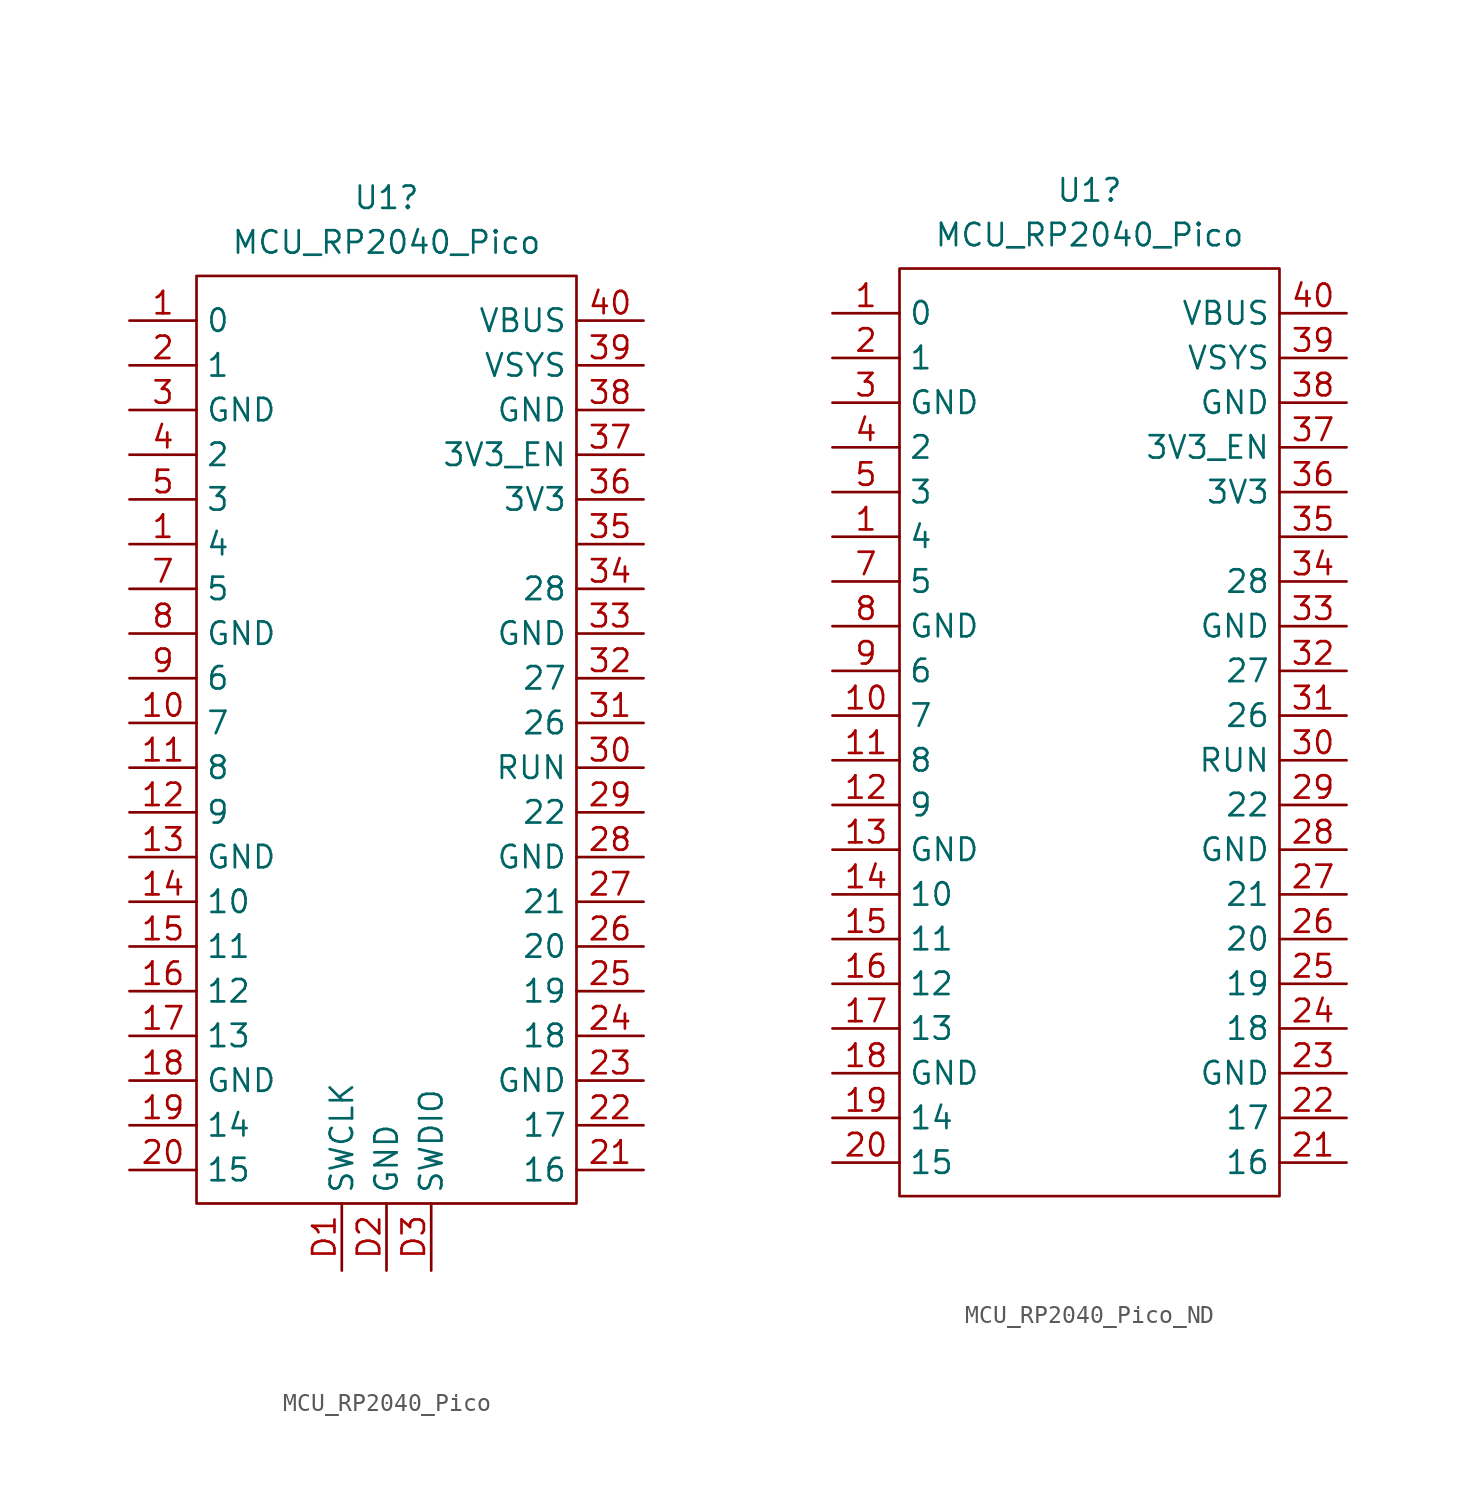
<source format=kicad_sym>
(kicad_symbol_lib
  (version 20241209)
  (generator "kicad_symbol_editor")
  (generator_version "9.0")
  (symbol "MCU_RP2040_Pico"
    (property "Reference" "U1"
      (at 0 31.115 0)
      (effects (font (size 1.27 1.27))))
    (property "Value" "MCU_RP2040_Pico"
      (at 0 28.575 0)
      (effects (font (size 1.27 1.27))))
    (symbol "MCU_RP2040_Pico_0_1"
      (rectangle (start -10.795 26.67) (end 10.795 -26.035) (stroke (width 0) (type default)) (fill (type none))))
    (symbol "MCU_RP2040_Pico_1_1"
      (pin input line (at -14.605 24.13 0) (length 3.81) (name "0" (effects (font (size 1.27 1.27)))) (number "1" (effects (font (size 1.27 1.27)))))
      (pin input line (at -14.605 21.59 0) (length 3.81) (name "1" (effects (font (size 1.27 1.27)))) (number "2" (effects (font (size 1.27 1.27)))))
      (pin input line (at -14.605 19.05 0) (length 3.81) (name "GND" (effects (font (size 1.27 1.27)))) (number "3" (effects (font (size 1.27 1.27)))))
      (pin input line (at -14.605 16.51 0) (length 3.81) (name "2" (effects (font (size 1.27 1.27)))) (number "4" (effects (font (size 1.27 1.27)))))
      (pin input line (at -14.605 13.97 0) (length 3.81) (name "3" (effects (font (size 1.27 1.27)))) (number "5" (effects (font (size 1.27 1.27)))))
      (pin input line (at -14.605 11.43 0) (length 3.81) (name "4" (effects (font (size 1.27 1.27)))) (number "1" (effects (font (size 1.27 1.27)))))
      (pin input line (at -14.605 8.89 0) (length 3.81) (name "5" (effects (font (size 1.27 1.27)))) (number "7" (effects (font (size 1.27 1.27)))))
      (pin input line (at -14.605 6.35 0) (length 3.81) (name "GND" (effects (font (size 1.27 1.27)))) (number "8" (effects (font (size 1.27 1.27)))))
      (pin input line (at -14.605 3.81 0) (length 3.81) (name "6" (effects (font (size 1.27 1.27)))) (number "9" (effects (font (size 1.27 1.27)))))
      (pin input line (at -14.605 1.27 0) (length 3.81) (name "7" (effects (font (size 1.27 1.27)))) (number "10" (effects (font (size 1.27 1.27)))))
      (pin input line (at -14.605 -1.27 0) (length 3.81) (name "8" (effects (font (size 1.27 1.27)))) (number "11" (effects (font (size 1.27 1.27)))))
      (pin input line (at -14.605 -3.81 0) (length 3.81) (name "9" (effects (font (size 1.27 1.27)))) (number "12" (effects (font (size 1.27 1.27)))))
      (pin input line (at -14.605 -6.35 0) (length 3.81) (name "GND" (effects (font (size 1.27 1.27)))) (number "13" (effects (font (size 1.27 1.27)))))
      (pin input line (at -14.605 -8.89 0) (length 3.81) (name "10" (effects (font (size 1.27 1.27)))) (number "14" (effects (font (size 1.27 1.27)))))
      (pin input line (at -14.605 -11.43 0) (length 3.81) (name "11" (effects (font (size 1.27 1.27)))) (number "15" (effects (font (size 1.27 1.27)))))
      (pin input line (at -14.605 -13.97 0) (length 3.81) (name "12" (effects (font (size 1.27 1.27)))) (number "16" (effects (font (size 1.27 1.27)))))
      (pin input line (at -14.605 -16.51 0) (length 3.81) (name "13" (effects (font (size 1.27 1.27)))) (number "17" (effects (font (size 1.27 1.27)))))
      (pin input line (at -14.605 -19.05 0) (length 3.81) (name "GND" (effects (font (size 1.27 1.27)))) (number "18" (effects (font (size 1.27 1.27)))))
      (pin input line (at -14.605 -21.59 0) (length 3.81) (name "14" (effects (font (size 1.27 1.27)))) (number "19" (effects (font (size 1.27 1.27)))))
      (pin input line (at -14.605 -24.13 0) (length 3.81) (name "15" (effects (font (size 1.27 1.27)))) (number "20" (effects (font (size 1.27 1.27)))))
      (pin input line (at -2.54 -29.845 90) (length 3.81) (name "SWCLK" (effects (font (size 1.27 1.27)))) (number "D1" (effects (font (size 1.27 1.27)))))
      (pin input line (at 0 -29.845 90) (length 3.81) (name "GND" (effects (font (size 1.27 1.27)))) (number "D2" (effects (font (size 1.27 1.27)))))
      (pin input line (at 2.54 -29.845 90) (length 3.81) (name "SWDIO" (effects (font (size 1.27 1.27)))) (number "D3" (effects (font (size 1.27 1.27)))))
      (pin output line (at 14.605 24.13 180) (length 3.81) (name "VBUS" (effects (font (size 1.27 1.27)))) (number "40" (effects (font (size 1.27 1.27)))))
      (pin output line (at 14.605 21.59 180) (length 3.81) (name "VSYS" (effects (font (size 1.27 1.27)))) (number "39" (effects (font (size 1.27 1.27)))))
      (pin input line (at 14.605 19.05 180) (length 3.81) (name "GND" (effects (font (size 1.27 1.27)))) (number "38" (effects (font (size 1.27 1.27)))))
      (pin input line (at 14.605 16.51 180) (length 3.81) (name "3V3_EN" (effects (font (size 1.27 1.27)))) (number "37" (effects (font (size 1.27 1.27)))))
      (pin output line (at 14.605 13.97 180) (length 3.81) (name "3V3" (effects (font (size 1.27 1.27)))) (number "36" (effects (font (size 1.27 1.27)))))
      (pin input line (at 14.605 11.43 180) (length 3.81) (name "" (effects (font (size 1.27 1.27)))) (number "35" (effects (font (size 1.27 1.27)))))
      (pin input line (at 14.605 8.89 180) (length 3.81) (name "28" (effects (font (size 1.27 1.27)))) (number "34" (effects (font (size 1.27 1.27)))))
      (pin input line (at 14.605 6.35 180) (length 3.81) (name "GND" (effects (font (size 1.27 1.27)))) (number "33" (effects (font (size 1.27 1.27)))))
      (pin input line (at 14.605 3.81 180) (length 3.81) (name "27" (effects (font (size 1.27 1.27)))) (number "32" (effects (font (size 1.27 1.27)))))
      (pin input line (at 14.605 1.27 180) (length 3.81) (name "26" (effects (font (size 1.27 1.27)))) (number "31" (effects (font (size 1.27 1.27)))))
      (pin input line (at 14.605 -1.27 180) (length 3.81) (name "RUN" (effects (font (size 1.27 1.27)))) (number "30" (effects (font (size 1.27 1.27)))))
      (pin input line (at 14.605 -3.81 180) (length 3.81) (name "22" (effects (font (size 1.27 1.27)))) (number "29" (effects (font (size 1.27 1.27)))))
      (pin input line (at 14.605 -6.35 180) (length 3.81) (name "GND" (effects (font (size 1.27 1.27)))) (number "28" (effects (font (size 1.27 1.27)))))
      (pin input line (at 14.605 -8.89 180) (length 3.81) (name "21" (effects (font (size 1.27 1.27)))) (number "27" (effects (font (size 1.27 1.27)))))
      (pin input line (at 14.605 -11.43 180) (length 3.81) (name "20" (effects (font (size 1.27 1.27)))) (number "26" (effects (font (size 1.27 1.27)))))
      (pin input line (at 14.605 -13.97 180) (length 3.81) (name "19" (effects (font (size 1.27 1.27)))) (number "25" (effects (font (size 1.27 1.27)))))
      (pin input line (at 14.605 -16.51 180) (length 3.81) (name "18" (effects (font (size 1.27 1.27)))) (number "24" (effects (font (size 1.27 1.27)))))
      (pin input line (at 14.605 -19.05 180) (length 3.81) (name "GND" (effects (font (size 1.27 1.27)))) (number "23" (effects (font (size 1.27 1.27)))))
      (pin input line (at 14.605 -21.59 180) (length 3.81) (name "17" (effects (font (size 1.27 1.27)))) (number "22" (effects (font (size 1.27 1.27)))))
      (pin input line (at 14.605 -24.13 180) (length 3.81) (name "16" (effects (font (size 1.27 1.27)))) (number "21" (effects (font (size 1.27 1.27)))))))
  (symbol "MCU_RP2040_Pico_ND"
    (property "Reference" "U1"
      (at 0 31.115 0)
      (effects (font (size 1.27 1.27))))
    (property "Value" "MCU_RP2040_Pico"
      (at 0 28.575 0)
      (effects (font (size 1.27 1.27))))
    (symbol "MCU_RP2040_Pico_ND_0_1"
      (rectangle (start -10.795 26.67) (end 10.795 -26.035) (stroke (width 0) (type default)) (fill (type none))))
    (symbol "MCU_RP2040_Pico_ND_1_1"
      (pin input line (at -14.605 24.13 0) (length 3.81) (name "0" (effects (font (size 1.27 1.27)))) (number "1" (effects (font (size 1.27 1.27)))))
      (pin input line (at -14.605 21.59 0) (length 3.81) (name "1" (effects (font (size 1.27 1.27)))) (number "2" (effects (font (size 1.27 1.27)))))
      (pin input line (at -14.605 19.05 0) (length 3.81) (name "GND" (effects (font (size 1.27 1.27)))) (number "3" (effects (font (size 1.27 1.27)))))
      (pin input line (at -14.605 16.51 0) (length 3.81) (name "2" (effects (font (size 1.27 1.27)))) (number "4" (effects (font (size 1.27 1.27)))))
      (pin input line (at -14.605 13.97 0) (length 3.81) (name "3" (effects (font (size 1.27 1.27)))) (number "5" (effects (font (size 1.27 1.27)))))
      (pin input line (at -14.605 11.43 0) (length 3.81) (name "4" (effects (font (size 1.27 1.27)))) (number "1" (effects (font (size 1.27 1.27)))))
      (pin input line (at -14.605 8.89 0) (length 3.81) (name "5" (effects (font (size 1.27 1.27)))) (number "7" (effects (font (size 1.27 1.27)))))
      (pin input line (at -14.605 6.35 0) (length 3.81) (name "GND" (effects (font (size 1.27 1.27)))) (number "8" (effects (font (size 1.27 1.27)))))
      (pin input line (at -14.605 3.81 0) (length 3.81) (name "6" (effects (font (size 1.27 1.27)))) (number "9" (effects (font (size 1.27 1.27)))))
      (pin input line (at -14.605 1.27 0) (length 3.81) (name "7" (effects (font (size 1.27 1.27)))) (number "10" (effects (font (size 1.27 1.27)))))
      (pin input line (at -14.605 -1.27 0) (length 3.81) (name "8" (effects (font (size 1.27 1.27)))) (number "11" (effects (font (size 1.27 1.27)))))
      (pin input line (at -14.605 -3.81 0) (length 3.81) (name "9" (effects (font (size 1.27 1.27)))) (number "12" (effects (font (size 1.27 1.27)))))
      (pin input line (at -14.605 -6.35 0) (length 3.81) (name "GND" (effects (font (size 1.27 1.27)))) (number "13" (effects (font (size 1.27 1.27)))))
      (pin input line (at -14.605 -8.89 0) (length 3.81) (name "10" (effects (font (size 1.27 1.27)))) (number "14" (effects (font (size 1.27 1.27)))))
      (pin input line (at -14.605 -11.43 0) (length 3.81) (name "11" (effects (font (size 1.27 1.27)))) (number "15" (effects (font (size 1.27 1.27)))))
      (pin input line (at -14.605 -13.97 0) (length 3.81) (name "12" (effects (font (size 1.27 1.27)))) (number "16" (effects (font (size 1.27 1.27)))))
      (pin input line (at -14.605 -16.51 0) (length 3.81) (name "13" (effects (font (size 1.27 1.27)))) (number "17" (effects (font (size 1.27 1.27)))))
      (pin input line (at -14.605 -19.05 0) (length 3.81) (name "GND" (effects (font (size 1.27 1.27)))) (number "18" (effects (font (size 1.27 1.27)))))
      (pin input line (at -14.605 -21.59 0) (length 3.81) (name "14" (effects (font (size 1.27 1.27)))) (number "19" (effects (font (size 1.27 1.27)))))
      (pin input line (at -14.605 -24.13 0) (length 3.81) (name "15" (effects (font (size 1.27 1.27)))) (number "20" (effects (font (size 1.27 1.27)))))
      (pin output line (at 14.605 24.13 180) (length 3.81) (name "VBUS" (effects (font (size 1.27 1.27)))) (number "40" (effects (font (size 1.27 1.27)))))
      (pin output line (at 14.605 21.59 180) (length 3.81) (name "VSYS" (effects (font (size 1.27 1.27)))) (number "39" (effects (font (size 1.27 1.27)))))
      (pin input line (at 14.605 19.05 180) (length 3.81) (name "GND" (effects (font (size 1.27 1.27)))) (number "38" (effects (font (size 1.27 1.27)))))
      (pin input line (at 14.605 16.51 180) (length 3.81) (name "3V3_EN" (effects (font (size 1.27 1.27)))) (number "37" (effects (font (size 1.27 1.27)))))
      (pin output line (at 14.605 13.97 180) (length 3.81) (name "3V3" (effects (font (size 1.27 1.27)))) (number "36" (effects (font (size 1.27 1.27)))))
      (pin input line (at 14.605 11.43 180) (length 3.81) (name "" (effects (font (size 1.27 1.27)))) (number "35" (effects (font (size 1.27 1.27)))))
      (pin input line (at 14.605 8.89 180) (length 3.81) (name "28" (effects (font (size 1.27 1.27)))) (number "34" (effects (font (size 1.27 1.27)))))
      (pin input line (at 14.605 6.35 180) (length 3.81) (name "GND" (effects (font (size 1.27 1.27)))) (number "33" (effects (font (size 1.27 1.27)))))
      (pin input line (at 14.605 3.81 180) (length 3.81) (name "27" (effects (font (size 1.27 1.27)))) (number "32" (effects (font (size 1.27 1.27)))))
      (pin input line (at 14.605 1.27 180) (length 3.81) (name "26" (effects (font (size 1.27 1.27)))) (number "31" (effects (font (size 1.27 1.27)))))
      (pin input line (at 14.605 -1.27 180) (length 3.81) (name "RUN" (effects (font (size 1.27 1.27)))) (number "30" (effects (font (size 1.27 1.27)))))
      (pin input line (at 14.605 -3.81 180) (length 3.81) (name "22" (effects (font (size 1.27 1.27)))) (number "29" (effects (font (size 1.27 1.27)))))
      (pin input line (at 14.605 -6.35 180) (length 3.81) (name "GND" (effects (font (size 1.27 1.27)))) (number "28" (effects (font (size 1.27 1.27)))))
      (pin input line (at 14.605 -8.89 180) (length 3.81) (name "21" (effects (font (size 1.27 1.27)))) (number "27" (effects (font (size 1.27 1.27)))))
      (pin input line (at 14.605 -11.43 180) (length 3.81) (name "20" (effects (font (size 1.27 1.27)))) (number "26" (effects (font (size 1.27 1.27)))))
      (pin input line (at 14.605 -13.97 180) (length 3.81) (name "19" (effects (font (size 1.27 1.27)))) (number "25" (effects (font (size 1.27 1.27)))))
      (pin input line (at 14.605 -16.51 180) (length 3.81) (name "18" (effects (font (size 1.27 1.27)))) (number "24" (effects (font (size 1.27 1.27)))))
      (pin input line (at 14.605 -19.05 180) (length 3.81) (name "GND" (effects (font (size 1.27 1.27)))) (number "23" (effects (font (size 1.27 1.27)))))
      (pin input line (at 14.605 -21.59 180) (length 3.81) (name "17" (effects (font (size 1.27 1.27)))) (number "22" (effects (font (size 1.27 1.27)))))
      (pin input line (at 14.605 -24.13 180) (length 3.81) (name "16" (effects (font (size 1.27 1.27)))) (number "21" (effects (font (size 1.27 1.27))))))))
</source>
